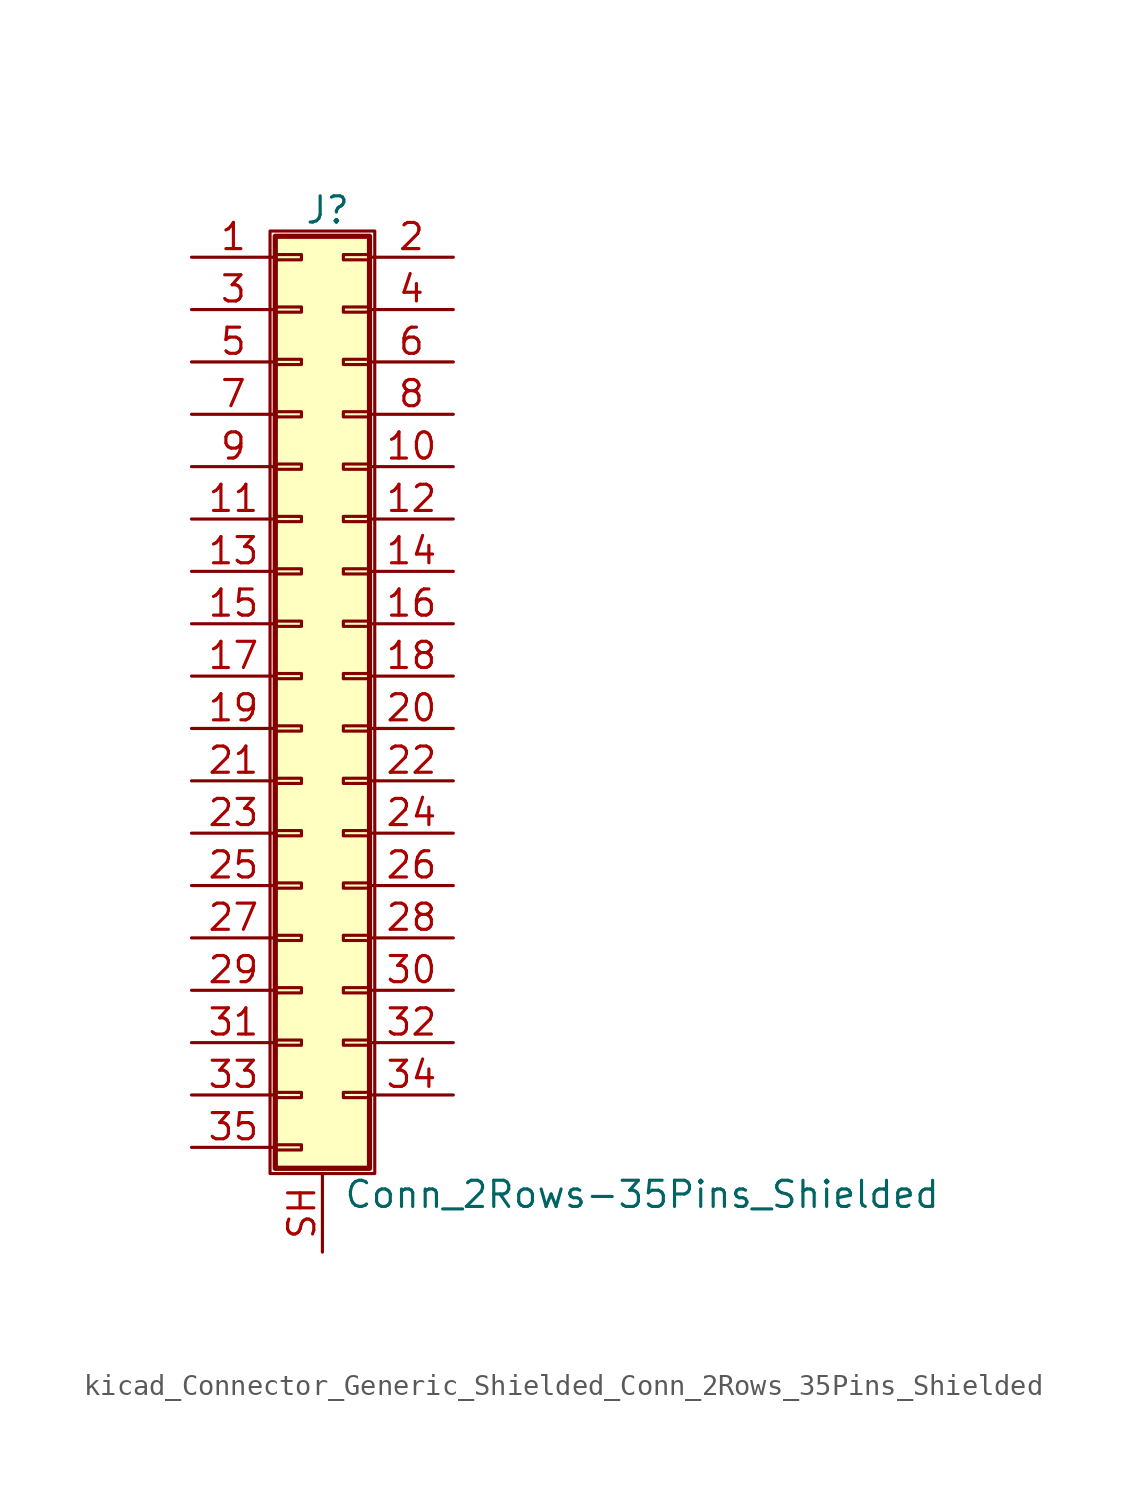
<source format=kicad_sym>
(kicad_symbol_lib
  (version 20220914)
  (generator kicad_symbol_editor)
  (symbol "kicad_Connector_Generic_Shielded_Conn_2Rows_35Pins_Shielded"
    (pin_names
      (offset 1.016) hide)
    (property "Reference" "J"
      (at 1.524 22.606 0)
      (effects (font (size 1.27 1.27))))
    (property "Value" "Conn_2Rows-35Pins_Shielded"
      (at 2.286 -25.146 0)
      (effects (font (size 1.27 1.27)) (justify left)))
    (symbol "kicad_Connector_Generic_Shielded_Conn_2Rows_35Pins_Shielded_1_1"
      (rectangle (start -1.27 21.59) (end 3.81 -24.13) (stroke (width 0.152) (type default)) (fill (type none)))
      (rectangle (start -1.016 -22.733) (end 0.254 -22.987) (stroke (width 0.152) (type default)) (fill (type none)))
      (rectangle (start -1.016 -20.193) (end 0.254 -20.447) (stroke (width 0.152) (type default)) (fill (type none)))
      (rectangle (start -1.016 -17.653) (end 0.254 -17.907) (stroke (width 0.152) (type default)) (fill (type none)))
      (rectangle (start -1.016 -15.113) (end 0.254 -15.367) (stroke (width 0.152) (type default)) (fill (type none)))
      (rectangle (start -1.016 -12.573) (end 0.254 -12.827) (stroke (width 0.152) (type default)) (fill (type none)))
      (rectangle (start -1.016 -10.033) (end 0.254 -10.287) (stroke (width 0.152) (type default)) (fill (type none)))
      (rectangle (start -1.016 -7.493) (end 0.254 -7.747) (stroke (width 0.152) (type default)) (fill (type none)))
      (rectangle (start -1.016 -4.953) (end 0.254 -5.207) (stroke (width 0.152) (type default)) (fill (type none)))
      (rectangle (start -1.016 -2.413) (end 0.254 -2.667) (stroke (width 0.152) (type default)) (fill (type none)))
      (rectangle (start -1.016 0.127) (end 0.254 -0.127) (stroke (width 0.152) (type default)) (fill (type none)))
      (rectangle (start -1.016 2.667) (end 0.254 2.413) (stroke (width 0.152) (type default)) (fill (type none)))
      (rectangle (start -1.016 5.207) (end 0.254 4.953) (stroke (width 0.152) (type default)) (fill (type none)))
      (rectangle (start -1.016 7.747) (end 0.254 7.493) (stroke (width 0.152) (type default)) (fill (type none)))
      (rectangle (start -1.016 10.287) (end 0.254 10.033) (stroke (width 0.152) (type default)) (fill (type none)))
      (rectangle (start -1.016 12.827) (end 0.254 12.573) (stroke (width 0.152) (type default)) (fill (type none)))
      (rectangle (start -1.016 15.367) (end 0.254 15.113) (stroke (width 0.152) (type default)) (fill (type none)))
      (rectangle (start -1.016 17.907) (end 0.254 17.653) (stroke (width 0.152) (type default)) (fill (type none)))
      (rectangle (start -1.016 20.447) (end 0.254 20.193) (stroke (width 0.152) (type default)) (fill (type none)))
      (rectangle (start -1.016 21.336) (end 3.556 -23.876) (stroke (width 0.254) (type default)) (fill (type background)))
      (rectangle (start 3.556 -20.193) (end 2.286 -20.447) (stroke (width 0.152) (type default)) (fill (type none)))
      (rectangle (start 3.556 -17.653) (end 2.286 -17.907) (stroke (width 0.152) (type default)) (fill (type none)))
      (rectangle (start 3.556 -15.113) (end 2.286 -15.367) (stroke (width 0.152) (type default)) (fill (type none)))
      (rectangle (start 3.556 -12.573) (end 2.286 -12.827) (stroke (width 0.152) (type default)) (fill (type none)))
      (rectangle (start 3.556 -10.033) (end 2.286 -10.287) (stroke (width 0.152) (type default)) (fill (type none)))
      (rectangle (start 3.556 -7.493) (end 2.286 -7.747) (stroke (width 0.152) (type default)) (fill (type none)))
      (rectangle (start 3.556 -4.953) (end 2.286 -5.207) (stroke (width 0.152) (type default)) (fill (type none)))
      (rectangle (start 3.556 -2.413) (end 2.286 -2.667) (stroke (width 0.152) (type default)) (fill (type none)))
      (rectangle (start 3.556 0.127) (end 2.286 -0.127) (stroke (width 0.152) (type default)) (fill (type none)))
      (rectangle (start 3.556 2.667) (end 2.286 2.413) (stroke (width 0.152) (type default)) (fill (type none)))
      (rectangle (start 3.556 5.207) (end 2.286 4.953) (stroke (width 0.152) (type default)) (fill (type none)))
      (rectangle (start 3.556 7.747) (end 2.286 7.493) (stroke (width 0.152) (type default)) (fill (type none)))
      (rectangle (start 3.556 10.287) (end 2.286 10.033) (stroke (width 0.152) (type default)) (fill (type none)))
      (rectangle (start 3.556 12.827) (end 2.286 12.573) (stroke (width 0.152) (type default)) (fill (type none)))
      (rectangle (start 3.556 15.367) (end 2.286 15.113) (stroke (width 0.152) (type default)) (fill (type none)))
      (rectangle (start 3.556 17.907) (end 2.286 17.653) (stroke (width 0.152) (type default)) (fill (type none)))
      (rectangle (start 3.556 20.447) (end 2.286 20.193) (stroke (width 0.152) (type default)) (fill (type none)))
      (pin passive line (at -5.08 20.32 0) (length 4.064) (name "Pin_1" (effects (font (size 1.27 1.27)))) (number "1" (effects (font (size 1.27 1.27)))))
      (pin passive line (at 7.62 10.16 180) (length 4.064) (name "Pin_10" (effects (font (size 1.27 1.27)))) (number "10" (effects (font (size 1.27 1.27)))))
      (pin passive line (at -5.08 7.62 0) (length 4.064) (name "Pin_11" (effects (font (size 1.27 1.27)))) (number "11" (effects (font (size 1.27 1.27)))))
      (pin passive line (at 7.62 7.62 180) (length 4.064) (name "Pin_12" (effects (font (size 1.27 1.27)))) (number "12" (effects (font (size 1.27 1.27)))))
      (pin passive line (at -5.08 5.08 0) (length 4.064) (name "Pin_13" (effects (font (size 1.27 1.27)))) (number "13" (effects (font (size 1.27 1.27)))))
      (pin passive line (at 7.62 5.08 180) (length 4.064) (name "Pin_14" (effects (font (size 1.27 1.27)))) (number "14" (effects (font (size 1.27 1.27)))))
      (pin passive line (at -5.08 2.54 0) (length 4.064) (name "Pin_15" (effects (font (size 1.27 1.27)))) (number "15" (effects (font (size 1.27 1.27)))))
      (pin passive line (at 7.62 2.54 180) (length 4.064) (name "Pin_16" (effects (font (size 1.27 1.27)))) (number "16" (effects (font (size 1.27 1.27)))))
      (pin passive line (at -5.08 0 0) (length 4.064) (name "Pin_17" (effects (font (size 1.27 1.27)))) (number "17" (effects (font (size 1.27 1.27)))))
      (pin passive line (at 7.62 0 180) (length 4.064) (name "Pin_18" (effects (font (size 1.27 1.27)))) (number "18" (effects (font (size 1.27 1.27)))))
      (pin passive line (at -5.08 -2.54 0) (length 4.064) (name "Pin_19" (effects (font (size 1.27 1.27)))) (number "19" (effects (font (size 1.27 1.27)))))
      (pin passive line (at 7.62 20.32 180) (length 4.064) (name "Pin_2" (effects (font (size 1.27 1.27)))) (number "2" (effects (font (size 1.27 1.27)))))
      (pin passive line (at 7.62 -2.54 180) (length 4.064) (name "Pin_20" (effects (font (size 1.27 1.27)))) (number "20" (effects (font (size 1.27 1.27)))))
      (pin passive line (at -5.08 -5.08 0) (length 4.064) (name "Pin_21" (effects (font (size 1.27 1.27)))) (number "21" (effects (font (size 1.27 1.27)))))
      (pin passive line (at 7.62 -5.08 180) (length 4.064) (name "Pin_22" (effects (font (size 1.27 1.27)))) (number "22" (effects (font (size 1.27 1.27)))))
      (pin passive line (at -5.08 -7.62 0) (length 4.064) (name "Pin_23" (effects (font (size 1.27 1.27)))) (number "23" (effects (font (size 1.27 1.27)))))
      (pin passive line (at 7.62 -7.62 180) (length 4.064) (name "Pin_24" (effects (font (size 1.27 1.27)))) (number "24" (effects (font (size 1.27 1.27)))))
      (pin passive line (at -5.08 -10.16 0) (length 4.064) (name "Pin_25" (effects (font (size 1.27 1.27)))) (number "25" (effects (font (size 1.27 1.27)))))
      (pin passive line (at 7.62 -10.16 180) (length 4.064) (name "Pin_26" (effects (font (size 1.27 1.27)))) (number "26" (effects (font (size 1.27 1.27)))))
      (pin passive line (at -5.08 -12.7 0) (length 4.064) (name "Pin_27" (effects (font (size 1.27 1.27)))) (number "27" (effects (font (size 1.27 1.27)))))
      (pin passive line (at 7.62 -12.7 180) (length 4.064) (name "Pin_28" (effects (font (size 1.27 1.27)))) (number "28" (effects (font (size 1.27 1.27)))))
      (pin passive line (at -5.08 -15.24 0) (length 4.064) (name "Pin_29" (effects (font (size 1.27 1.27)))) (number "29" (effects (font (size 1.27 1.27)))))
      (pin passive line (at -5.08 17.78 0) (length 4.064) (name "Pin_3" (effects (font (size 1.27 1.27)))) (number "3" (effects (font (size 1.27 1.27)))))
      (pin passive line (at 7.62 -15.24 180) (length 4.064) (name "Pin_30" (effects (font (size 1.27 1.27)))) (number "30" (effects (font (size 1.27 1.27)))))
      (pin passive line (at -5.08 -17.78 0) (length 4.064) (name "Pin_31" (effects (font (size 1.27 1.27)))) (number "31" (effects (font (size 1.27 1.27)))))
      (pin passive line (at 7.62 -17.78 180) (length 4.064) (name "Pin_32" (effects (font (size 1.27 1.27)))) (number "32" (effects (font (size 1.27 1.27)))))
      (pin passive line (at -5.08 -20.32 0) (length 4.064) (name "Pin_33" (effects (font (size 1.27 1.27)))) (number "33" (effects (font (size 1.27 1.27)))))
      (pin passive line (at 7.62 -20.32 180) (length 4.064) (name "Pin_34" (effects (font (size 1.27 1.27)))) (number "34" (effects (font (size 1.27 1.27)))))
      (pin passive line (at -5.08 -22.86 0) (length 4.064) (name "Pin_35" (effects (font (size 1.27 1.27)))) (number "35" (effects (font (size 1.27 1.27)))))
      (pin passive line (at 7.62 17.78 180) (length 4.064) (name "Pin_4" (effects (font (size 1.27 1.27)))) (number "4" (effects (font (size 1.27 1.27)))))
      (pin passive line (at -5.08 15.24 0) (length 4.064) (name "Pin_5" (effects (font (size 1.27 1.27)))) (number "5" (effects (font (size 1.27 1.27)))))
      (pin passive line (at 7.62 15.24 180) (length 4.064) (name "Pin_6" (effects (font (size 1.27 1.27)))) (number "6" (effects (font (size 1.27 1.27)))))
      (pin passive line (at -5.08 12.7 0) (length 4.064) (name "Pin_7" (effects (font (size 1.27 1.27)))) (number "7" (effects (font (size 1.27 1.27)))))
      (pin passive line (at 7.62 12.7 180) (length 4.064) (name "Pin_8" (effects (font (size 1.27 1.27)))) (number "8" (effects (font (size 1.27 1.27)))))
      (pin passive line (at -5.08 10.16 0) (length 4.064) (name "Pin_9" (effects (font (size 1.27 1.27)))) (number "9" (effects (font (size 1.27 1.27)))))
      (pin passive line (at 1.27 -27.94 90) (length 3.81) (name "Shield" (effects (font (size 1.27 1.27)))) (number "SH" (effects (font (size 1.27 1.27))))))))
</source>
